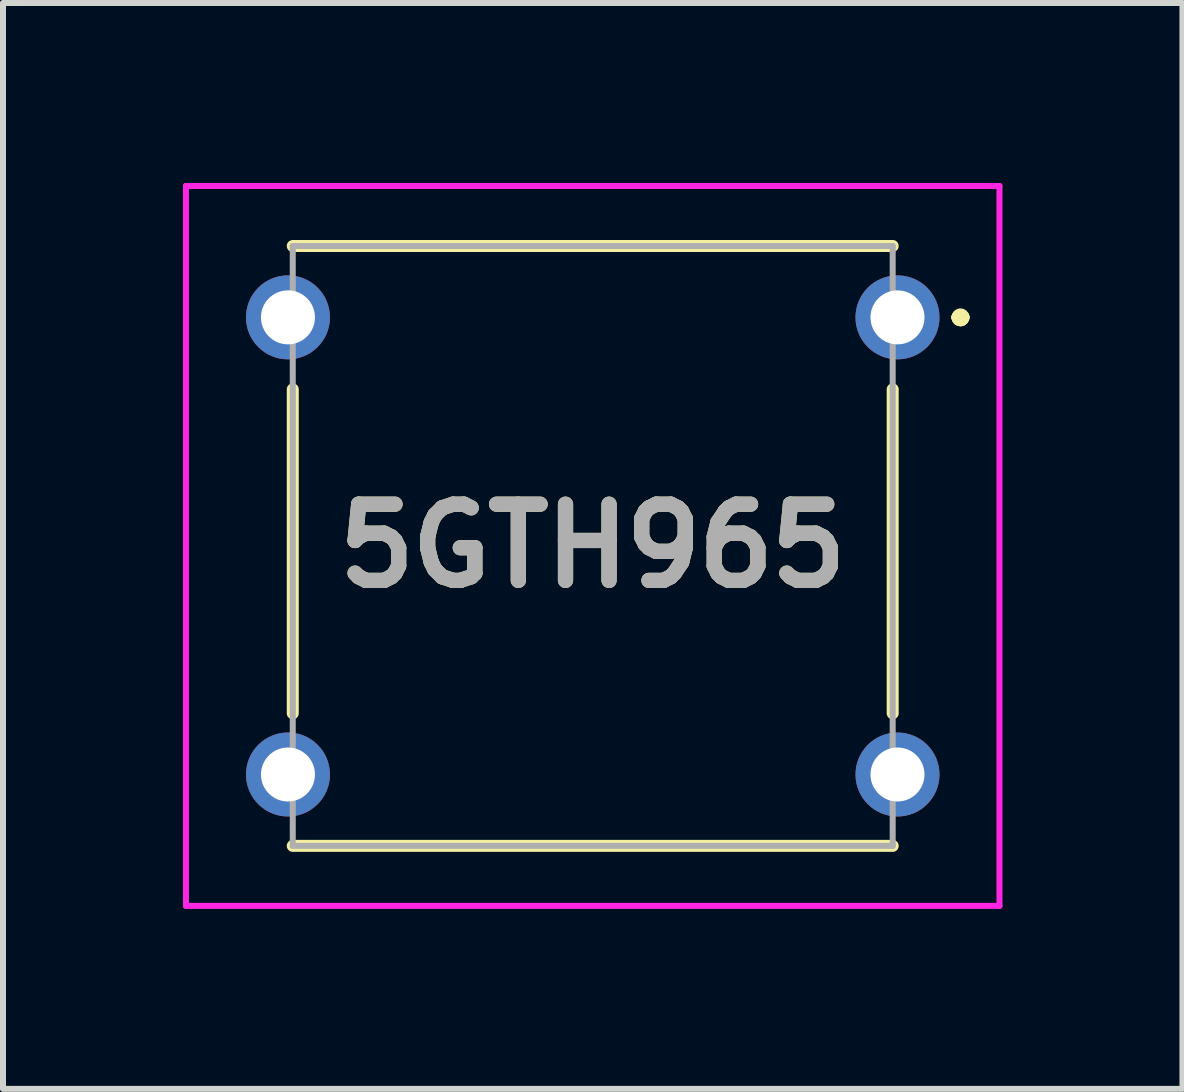
<source format=kicad_pcb>
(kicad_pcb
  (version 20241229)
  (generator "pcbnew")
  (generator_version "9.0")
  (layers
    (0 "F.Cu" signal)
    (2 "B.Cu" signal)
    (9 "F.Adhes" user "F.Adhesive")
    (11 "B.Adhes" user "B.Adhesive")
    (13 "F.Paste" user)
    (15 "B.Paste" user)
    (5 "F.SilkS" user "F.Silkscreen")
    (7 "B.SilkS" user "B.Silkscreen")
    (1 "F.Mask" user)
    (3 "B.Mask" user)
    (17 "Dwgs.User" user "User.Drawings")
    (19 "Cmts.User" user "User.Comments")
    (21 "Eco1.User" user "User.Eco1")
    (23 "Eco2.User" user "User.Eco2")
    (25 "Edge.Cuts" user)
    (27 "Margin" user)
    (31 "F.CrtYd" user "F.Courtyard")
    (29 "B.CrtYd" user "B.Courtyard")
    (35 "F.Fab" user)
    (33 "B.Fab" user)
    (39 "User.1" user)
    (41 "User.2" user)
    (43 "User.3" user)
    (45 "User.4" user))
  (footprint "5GTH965"
    (layer "F.Cu")
    (at 11.91 2.24)
    (property "Reference" "5GTH965" (at -5.08 3.81 0) (layer "F.SilkS") (effects (font (size 1.27 1.27) (thickness 0.254))))
    (attr through_hole)
    (fp_line (start -10.08 1.2) (end -10.08 6.6) (stroke (width 0.2) (type solid)) (layer "F.SilkS"))
    (fp_line (start -10.08 8.81) (end -0.08 8.81) (stroke (width 0.2) (type solid)) (layer "F.SilkS"))
    (fp_line (start -0.08 -1.19) (end -10.08 -1.19) (stroke (width 0.2) (type solid)) (layer "F.SilkS"))
    (fp_line (start -0.08 6.6) (end -0.08 1.2) (stroke (width 0.2) (type solid)) (layer "F.SilkS"))
    (fp_line (start 1 0) (end 1 0) (stroke (width 0.2) (type solid)) (layer "F.SilkS"))
    (fp_line (start 1 0) (end 1 0) (stroke (width 0.2) (type solid)) (layer "F.SilkS"))
    (fp_line (start 1.1 0) (end 1.1 0) (stroke (width 0.2) (type solid)) (layer "F.SilkS"))
    (fp_arc (start 1 0) (mid 1.05 -0.05) (end 1.1 0) (stroke (width 0.2) (type solid)) (layer "F.SilkS"))
    (fp_arc (start 1.1 0) (mid 1.05 0.05) (end 1 0) (stroke (width 0.2) (type solid)) (layer "F.SilkS"))
    (fp_arc (start 1.1 0) (mid 1.05 0.05) (end 1 0) (stroke (width 0.2) (type solid)) (layer "F.SilkS"))
    (fp_line (start -11.86 -2.19) (end 1.7 -2.19) (stroke (width 0.1) (type solid)) (layer "F.CrtYd"))
    (fp_line (start -11.86 9.81) (end -11.86 -2.19) (stroke (width 0.1) (type solid)) (layer "F.CrtYd"))
    (fp_line (start 1.7 -2.19) (end 1.7 9.81) (stroke (width 0.1) (type solid)) (layer "F.CrtYd"))
    (fp_line (start 1.7 9.81) (end -11.86 9.81) (stroke (width 0.1) (type solid)) (layer "F.CrtYd"))
    (fp_line (start -10.08 -1.19) (end -10.08 8.81) (stroke (width 0.1) (type solid)) (layer "F.Fab"))
    (fp_line (start -10.08 8.81) (end -0.08 8.81) (stroke (width 0.1) (type solid)) (layer "F.Fab"))
    (fp_line (start -0.08 -1.19) (end -10.08 -1.19) (stroke (width 0.1) (type solid)) (layer "F.Fab"))
    (fp_line (start -0.08 8.81) (end -0.08 -1.19) (stroke (width 0.1) (type solid)) (layer "F.Fab"))
    (fp_text user "${REFERENCE}" (at -5.08 3.81 0) (layer "F.Fab") (effects (font (size 1.27 1.27) (thickness 0.254))))
    (pad "1" thru_hole circle (at 0 0) (size 1.4 1.4) (drill 0.9) (layers "*.Cu" "*.Mask"))
    (pad "2" thru_hole circle (at -10.16 0) (size 1.4 1.4) (drill 0.9) (layers "*.Cu" "*.Mask"))
    (pad "3" thru_hole circle (at 0 7.62) (size 1.4 1.4) (drill 0.9) (layers "*.Cu" "*.Mask"))
    (pad "4" thru_hole circle (at -10.16 7.62) (size 1.4 1.4) (drill 0.9) (layers "*.Cu" "*.Mask")))
  (gr_rect
    (start -3 -3)
    (end 16.66 15.1)
    (stroke (width 0.1) (type default))
    (fill no)
    (layer "Edge.Cuts")))
</source>
